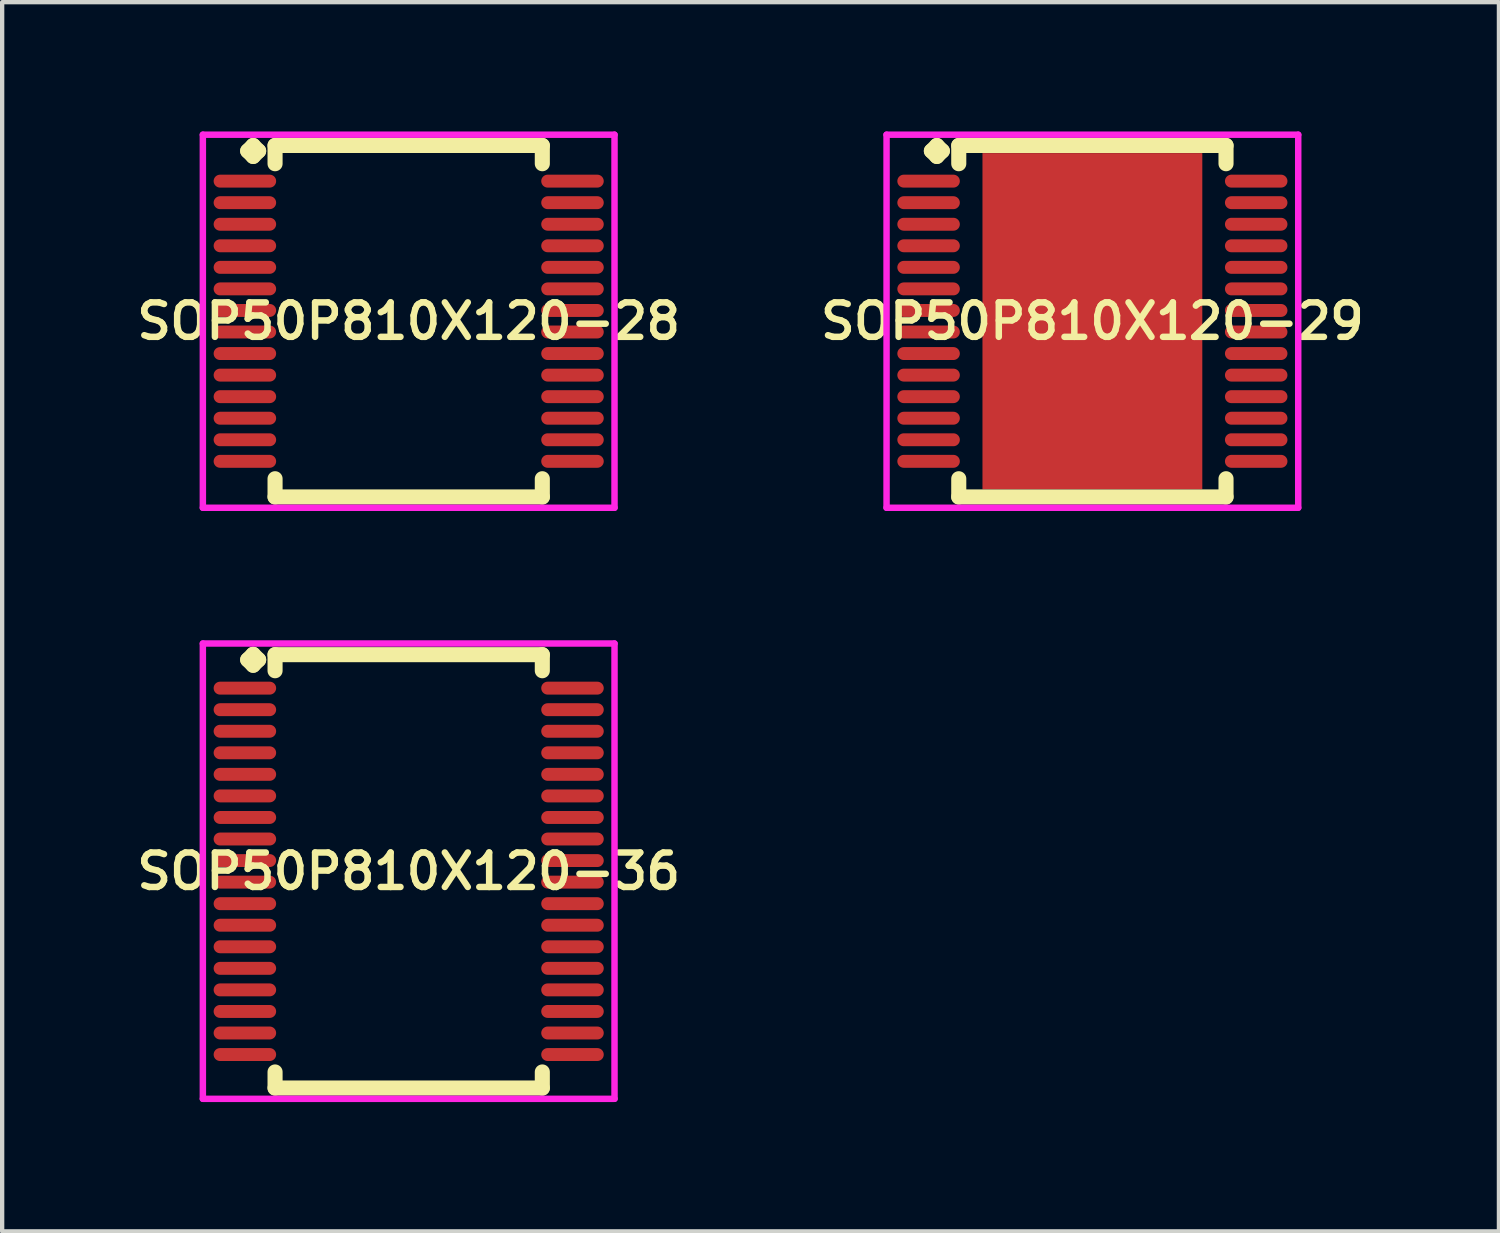
<source format=kicad_pcb>
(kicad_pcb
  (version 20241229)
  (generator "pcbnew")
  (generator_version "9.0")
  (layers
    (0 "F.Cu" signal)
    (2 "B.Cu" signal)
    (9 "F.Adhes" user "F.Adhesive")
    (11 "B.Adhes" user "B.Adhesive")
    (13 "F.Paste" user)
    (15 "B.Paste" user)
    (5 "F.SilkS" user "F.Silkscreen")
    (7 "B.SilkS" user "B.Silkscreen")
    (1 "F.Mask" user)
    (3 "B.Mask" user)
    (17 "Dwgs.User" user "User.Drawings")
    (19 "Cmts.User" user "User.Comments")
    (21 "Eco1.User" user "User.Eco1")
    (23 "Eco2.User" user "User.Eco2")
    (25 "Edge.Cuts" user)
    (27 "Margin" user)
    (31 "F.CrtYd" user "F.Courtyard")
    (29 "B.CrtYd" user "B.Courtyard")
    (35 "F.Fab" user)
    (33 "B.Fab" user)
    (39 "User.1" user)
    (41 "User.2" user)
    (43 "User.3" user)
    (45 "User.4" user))
  (footprint "SOP50P810X120-28"
    (layer "F.Cu")
    (at 6.431 4.402)
    (property "Reference" "SOP50P810X120-28" (at 0 0 0) (layer "F.SilkS") (effects (font (size 0.8 0.8) (thickness 0.15))))
    (attr through_hole)
    (fp_line (start -3.735 -3.95) (end -3.608 -4.077) (stroke (width 0.35) (type solid)) (layer "F.SilkS"))
    (fp_line (start -3.608 -4.077) (end -3.481 -3.95) (stroke (width 0.35) (type solid)) (layer "F.SilkS"))
    (fp_line (start -3.608 -3.823) (end -3.735 -3.95) (stroke (width 0.35) (type solid)) (layer "F.SilkS"))
    (fp_line (start -3.481 -3.95) (end -3.608 -3.823) (stroke (width 0.35) (type solid)) (layer "F.SilkS"))
    (fp_line (start -3.1 -4.077) (end 3.1 -4.077) (stroke (width 0.35) (type solid)) (layer "F.SilkS"))
    (fp_line (start -3.1 -3.654) (end -3.1 -4.077) (stroke (width 0.35) (type solid)) (layer "F.SilkS"))
    (fp_line (start -3.1 3.654) (end -3.1 4.077) (stroke (width 0.35) (type solid)) (layer "F.SilkS"))
    (fp_line (start -3.1 4.077) (end 3.1 4.077) (stroke (width 0.35) (type solid)) (layer "F.SilkS"))
    (fp_line (start 3.1 -4.077) (end 3.1 -3.654) (stroke (width 0.35) (type solid)) (layer "F.SilkS"))
    (fp_line (start 3.1 4.077) (end 3.1 3.654) (stroke (width 0.35) (type solid)) (layer "F.SilkS"))
    (fp_line (start -4.775 -4.327) (end 4.775 -4.327) (stroke (width 0.15) (type solid)) (layer "F.CrtYd"))
    (fp_line (start -4.775 4.327) (end -4.775 -4.327) (stroke (width 0.15) (type solid)) (layer "F.CrtYd"))
    (fp_line (start 4.775 -4.327) (end 4.775 4.327) (stroke (width 0.15) (type solid)) (layer "F.CrtYd"))
    (fp_line (start 4.775 4.327) (end -4.775 4.327) (stroke (width 0.15) (type solid)) (layer "F.CrtYd"))
    (pad "1" smd oval (at -3.8 -3.25) (size 1.45 0.3) (layers "F.Cu" "F.Mask" "F.Paste"))
    (pad "2" smd oval (at -3.8 -2.75) (size 1.45 0.3) (layers "F.Cu" "F.Mask" "F.Paste"))
    (pad "3" smd oval (at -3.8 -2.25) (size 1.45 0.3) (layers "F.Cu" "F.Mask" "F.Paste"))
    (pad "4" smd oval (at -3.8 -1.75) (size 1.45 0.3) (layers "F.Cu" "F.Mask" "F.Paste"))
    (pad "5" smd oval (at -3.8 -1.25) (size 1.45 0.3) (layers "F.Cu" "F.Mask" "F.Paste"))
    (pad "6" smd oval (at -3.8 -0.75) (size 1.45 0.3) (layers "F.Cu" "F.Mask" "F.Paste"))
    (pad "7" smd oval (at -3.8 -0.25) (size 1.45 0.3) (layers "F.Cu" "F.Mask" "F.Paste"))
    (pad "8" smd oval (at -3.8 0.25) (size 1.45 0.3) (layers "F.Cu" "F.Mask" "F.Paste"))
    (pad "9" smd oval (at -3.8 0.75) (size 1.45 0.3) (layers "F.Cu" "F.Mask" "F.Paste"))
    (pad "10" smd oval (at -3.8 1.25) (size 1.45 0.3) (layers "F.Cu" "F.Mask" "F.Paste"))
    (pad "11" smd oval (at -3.8 1.75) (size 1.45 0.3) (layers "F.Cu" "F.Mask" "F.Paste"))
    (pad "12" smd oval (at -3.8 2.25) (size 1.45 0.3) (layers "F.Cu" "F.Mask" "F.Paste"))
    (pad "13" smd oval (at -3.8 2.75) (size 1.45 0.3) (layers "F.Cu" "F.Mask" "F.Paste"))
    (pad "14" smd oval (at -3.8 3.25) (size 1.45 0.3) (layers "F.Cu" "F.Mask" "F.Paste"))
    (pad "15" smd oval (at 3.8 3.25) (size 1.45 0.3) (layers "F.Cu" "F.Mask" "F.Paste"))
    (pad "16" smd oval (at 3.8 2.75) (size 1.45 0.3) (layers "F.Cu" "F.Mask" "F.Paste"))
    (pad "17" smd oval (at 3.8 2.25) (size 1.45 0.3) (layers "F.Cu" "F.Mask" "F.Paste"))
    (pad "18" smd oval (at 3.8 1.75) (size 1.45 0.3) (layers "F.Cu" "F.Mask" "F.Paste"))
    (pad "19" smd oval (at 3.8 1.25) (size 1.45 0.3) (layers "F.Cu" "F.Mask" "F.Paste"))
    (pad "20" smd oval (at 3.8 0.75) (size 1.45 0.3) (layers "F.Cu" "F.Mask" "F.Paste"))
    (pad "21" smd oval (at 3.8 0.25) (size 1.45 0.3) (layers "F.Cu" "F.Mask" "F.Paste"))
    (pad "22" smd oval (at 3.8 -0.25) (size 1.45 0.3) (layers "F.Cu" "F.Mask" "F.Paste"))
    (pad "23" smd oval (at 3.8 -0.75) (size 1.45 0.3) (layers "F.Cu" "F.Mask" "F.Paste"))
    (pad "24" smd oval (at 3.8 -1.25) (size 1.45 0.3) (layers "F.Cu" "F.Mask" "F.Paste"))
    (pad "25" smd oval (at 3.8 -1.75) (size 1.45 0.3) (layers "F.Cu" "F.Mask" "F.Paste"))
    (pad "26" smd oval (at 3.8 -2.25) (size 1.45 0.3) (layers "F.Cu" "F.Mask" "F.Paste"))
    (pad "27" smd oval (at 3.8 -2.75) (size 1.45 0.3) (layers "F.Cu" "F.Mask" "F.Paste"))
    (pad "28" smd oval (at 3.8 -3.25) (size 1.45 0.3) (layers "F.Cu" "F.Mask" "F.Paste")))
  (footprint "SOP50P810X120-36"
    (layer "F.Cu")
    (at 6.431 17.164)
    (property "Reference" "SOP50P810X120-36" (at 0 0 0) (layer "F.SilkS") (effects (font (size 0.8 0.8) (thickness 0.15))))
    (attr through_hole)
    (fp_line (start -3.735 -4.908) (end -3.608 -5.035) (stroke (width 0.35) (type solid)) (layer "F.SilkS"))
    (fp_line (start -3.608 -5.035) (end -3.481 -4.908) (stroke (width 0.35) (type solid)) (layer "F.SilkS"))
    (fp_line (start -3.608 -4.781) (end -3.735 -4.908) (stroke (width 0.35) (type solid)) (layer "F.SilkS"))
    (fp_line (start -3.481 -4.908) (end -3.608 -4.781) (stroke (width 0.35) (type solid)) (layer "F.SilkS"))
    (fp_line (start -3.1 -5.027) (end 3.1 -5.027) (stroke (width 0.35) (type solid)) (layer "F.SilkS"))
    (fp_line (start -3.1 -4.654) (end -3.1 -5.027) (stroke (width 0.35) (type solid)) (layer "F.SilkS"))
    (fp_line (start -3.1 4.654) (end -3.1 5.027) (stroke (width 0.35) (type solid)) (layer "F.SilkS"))
    (fp_line (start -3.1 5.027) (end 3.1 5.027) (stroke (width 0.35) (type solid)) (layer "F.SilkS"))
    (fp_line (start 3.1 -5.027) (end 3.1 -4.654) (stroke (width 0.35) (type solid)) (layer "F.SilkS"))
    (fp_line (start 3.1 5.027) (end 3.1 4.654) (stroke (width 0.35) (type solid)) (layer "F.SilkS"))
    (fp_line (start -4.775 -5.285) (end 4.775 -5.285) (stroke (width 0.15) (type solid)) (layer "F.CrtYd"))
    (fp_line (start -4.775 5.277) (end -4.775 -5.285) (stroke (width 0.15) (type solid)) (layer "F.CrtYd"))
    (fp_line (start 4.775 -5.285) (end 4.775 5.277) (stroke (width 0.15) (type solid)) (layer "F.CrtYd"))
    (fp_line (start 4.775 5.277) (end -4.775 5.277) (stroke (width 0.15) (type solid)) (layer "F.CrtYd"))
    (pad "1" smd oval (at -3.8 -4.25) (size 1.45 0.3) (layers "F.Cu" "F.Mask" "F.Paste"))
    (pad "2" smd oval (at -3.8 -3.75) (size 1.45 0.3) (layers "F.Cu" "F.Mask" "F.Paste"))
    (pad "3" smd oval (at -3.8 -3.25) (size 1.45 0.3) (layers "F.Cu" "F.Mask" "F.Paste"))
    (pad "4" smd oval (at -3.8 -2.75) (size 1.45 0.3) (layers "F.Cu" "F.Mask" "F.Paste"))
    (pad "5" smd oval (at -3.8 -2.25) (size 1.45 0.3) (layers "F.Cu" "F.Mask" "F.Paste"))
    (pad "6" smd oval (at -3.8 -1.75) (size 1.45 0.3) (layers "F.Cu" "F.Mask" "F.Paste"))
    (pad "7" smd oval (at -3.8 -1.25) (size 1.45 0.3) (layers "F.Cu" "F.Mask" "F.Paste"))
    (pad "8" smd oval (at -3.8 -0.75) (size 1.45 0.3) (layers "F.Cu" "F.Mask" "F.Paste"))
    (pad "9" smd oval (at -3.8 -0.25) (size 1.45 0.3) (layers "F.Cu" "F.Mask" "F.Paste"))
    (pad "10" smd oval (at -3.8 0.25) (size 1.45 0.3) (layers "F.Cu" "F.Mask" "F.Paste"))
    (pad "11" smd oval (at -3.8 0.75) (size 1.45 0.3) (layers "F.Cu" "F.Mask" "F.Paste"))
    (pad "12" smd oval (at -3.8 1.25) (size 1.45 0.3) (layers "F.Cu" "F.Mask" "F.Paste"))
    (pad "13" smd oval (at -3.8 1.75) (size 1.45 0.3) (layers "F.Cu" "F.Mask" "F.Paste"))
    (pad "14" smd oval (at -3.8 2.25) (size 1.45 0.3) (layers "F.Cu" "F.Mask" "F.Paste"))
    (pad "15" smd oval (at -3.8 2.75) (size 1.45 0.3) (layers "F.Cu" "F.Mask" "F.Paste"))
    (pad "16" smd oval (at -3.8 3.25) (size 1.45 0.3) (layers "F.Cu" "F.Mask" "F.Paste"))
    (pad "17" smd oval (at -3.8 3.75) (size 1.45 0.3) (layers "F.Cu" "F.Mask" "F.Paste"))
    (pad "18" smd oval (at -3.8 4.25) (size 1.45 0.3) (layers "F.Cu" "F.Mask" "F.Paste"))
    (pad "19" smd oval (at 3.8 4.25) (size 1.45 0.3) (layers "F.Cu" "F.Mask" "F.Paste"))
    (pad "20" smd oval (at 3.8 3.75) (size 1.45 0.3) (layers "F.Cu" "F.Mask" "F.Paste"))
    (pad "21" smd oval (at 3.8 3.25) (size 1.45 0.3) (layers "F.Cu" "F.Mask" "F.Paste"))
    (pad "22" smd oval (at 3.8 2.75) (size 1.45 0.3) (layers "F.Cu" "F.Mask" "F.Paste"))
    (pad "23" smd oval (at 3.8 2.25) (size 1.45 0.3) (layers "F.Cu" "F.Mask" "F.Paste"))
    (pad "24" smd oval (at 3.8 1.75) (size 1.45 0.3) (layers "F.Cu" "F.Mask" "F.Paste"))
    (pad "25" smd oval (at 3.8 1.25) (size 1.45 0.3) (layers "F.Cu" "F.Mask" "F.Paste"))
    (pad "26" smd oval (at 3.8 0.75) (size 1.45 0.3) (layers "F.Cu" "F.Mask" "F.Paste"))
    (pad "27" smd oval (at 3.8 0.25) (size 1.45 0.3) (layers "F.Cu" "F.Mask" "F.Paste"))
    (pad "28" smd oval (at 3.8 -0.25) (size 1.45 0.3) (layers "F.Cu" "F.Mask" "F.Paste"))
    (pad "29" smd oval (at 3.8 -0.75) (size 1.45 0.3) (layers "F.Cu" "F.Mask" "F.Paste"))
    (pad "30" smd oval (at 3.8 -1.25) (size 1.45 0.3) (layers "F.Cu" "F.Mask" "F.Paste"))
    (pad "31" smd oval (at 3.8 -1.75) (size 1.45 0.3) (layers "F.Cu" "F.Mask" "F.Paste"))
    (pad "32" smd oval (at 3.8 -2.25) (size 1.45 0.3) (layers "F.Cu" "F.Mask" "F.Paste"))
    (pad "33" smd oval (at 3.8 -2.75) (size 1.45 0.3) (layers "F.Cu" "F.Mask" "F.Paste"))
    (pad "34" smd oval (at 3.8 -3.25) (size 1.45 0.3) (layers "F.Cu" "F.Mask" "F.Paste"))
    (pad "35" smd oval (at 3.8 -3.75) (size 1.45 0.3) (layers "F.Cu" "F.Mask" "F.Paste"))
    (pad "36" smd oval (at 3.8 -4.25) (size 1.45 0.3) (layers "F.Cu" "F.Mask" "F.Paste")))
  (footprint "SOP50P810X120-29"
    (layer "F.Cu")
    (at 22.292 4.402)
    (property "Reference" "SOP50P810X120-29" (at 0 0 0) (layer "F.SilkS") (effects (font (size 0.8 0.8) (thickness 0.15))))
    (attr smd)
    (fp_line (start -3.735 -3.95) (end -3.608 -4.077) (stroke (width 0.35) (type solid)) (layer "F.SilkS"))
    (fp_line (start -3.608 -4.077) (end -3.481 -3.95) (stroke (width 0.35) (type solid)) (layer "F.SilkS"))
    (fp_line (start -3.608 -3.823) (end -3.735 -3.95) (stroke (width 0.35) (type solid)) (layer "F.SilkS"))
    (fp_line (start -3.481 -3.95) (end -3.608 -3.823) (stroke (width 0.35) (type solid)) (layer "F.SilkS"))
    (fp_line (start -3.1 -4.077) (end 3.1 -4.077) (stroke (width 0.35) (type solid)) (layer "F.SilkS"))
    (fp_line (start -3.1 -3.654) (end -3.1 -4.077) (stroke (width 0.35) (type solid)) (layer "F.SilkS"))
    (fp_line (start -3.1 3.654) (end -3.1 4.077) (stroke (width 0.35) (type solid)) (layer "F.SilkS"))
    (fp_line (start -3.1 4.077) (end 3.1 4.077) (stroke (width 0.35) (type solid)) (layer "F.SilkS"))
    (fp_line (start 3.1 -4.077) (end 3.1 -3.654) (stroke (width 0.35) (type solid)) (layer "F.SilkS"))
    (fp_line (start 3.1 4.077) (end 3.1 3.654) (stroke (width 0.35) (type solid)) (layer "F.SilkS"))
    (fp_line (start -4.775 -4.327) (end 4.775 -4.327) (stroke (width 0.15) (type solid)) (layer "F.CrtYd"))
    (fp_line (start -4.775 4.327) (end -4.775 -4.327) (stroke (width 0.15) (type solid)) (layer "F.CrtYd"))
    (fp_line (start 4.775 -4.327) (end 4.775 4.327) (stroke (width 0.15) (type solid)) (layer "F.CrtYd"))
    (fp_line (start 4.775 4.327) (end -4.775 4.327) (stroke (width 0.15) (type solid)) (layer "F.CrtYd"))
    (pad "1" smd oval (at -3.8 -3.25) (size 1.45 0.3) (layers "F.Cu" "F.Mask" "F.Paste"))
    (pad "2" smd oval (at -3.8 -2.75) (size 1.45 0.3) (layers "F.Cu" "F.Mask" "F.Paste"))
    (pad "3" smd oval (at -3.8 -2.25) (size 1.45 0.3) (layers "F.Cu" "F.Mask" "F.Paste"))
    (pad "4" smd oval (at -3.8 -1.75) (size 1.45 0.3) (layers "F.Cu" "F.Mask" "F.Paste"))
    (pad "5" smd oval (at -3.8 -1.25) (size 1.45 0.3) (layers "F.Cu" "F.Mask" "F.Paste"))
    (pad "6" smd oval (at -3.8 -0.75) (size 1.45 0.3) (layers "F.Cu" "F.Mask" "F.Paste"))
    (pad "7" smd oval (at -3.8 -0.25) (size 1.45 0.3) (layers "F.Cu" "F.Mask" "F.Paste"))
    (pad "8" smd oval (at -3.8 0.25) (size 1.45 0.3) (layers "F.Cu" "F.Mask" "F.Paste"))
    (pad "9" smd oval (at -3.8 0.75) (size 1.45 0.3) (layers "F.Cu" "F.Mask" "F.Paste"))
    (pad "10" smd oval (at -3.8 1.25) (size 1.45 0.3) (layers "F.Cu" "F.Mask" "F.Paste"))
    (pad "11" smd oval (at -3.8 1.75) (size 1.45 0.3) (layers "F.Cu" "F.Mask" "F.Paste"))
    (pad "12" smd oval (at -3.8 2.25) (size 1.45 0.3) (layers "F.Cu" "F.Mask" "F.Paste"))
    (pad "13" smd oval (at -3.8 2.75) (size 1.45 0.3) (layers "F.Cu" "F.Mask" "F.Paste"))
    (pad "14" smd oval (at -3.8 3.25) (size 1.45 0.3) (layers "F.Cu" "F.Mask" "F.Paste"))
    (pad "15" smd oval (at 3.8 3.25) (size 1.45 0.3) (layers "F.Cu" "F.Mask" "F.Paste"))
    (pad "16" smd oval (at 3.8 2.75) (size 1.45 0.3) (layers "F.Cu" "F.Mask" "F.Paste"))
    (pad "17" smd oval (at 3.8 2.25) (size 1.45 0.3) (layers "F.Cu" "F.Mask" "F.Paste"))
    (pad "18" smd oval (at 3.8 1.75) (size 1.45 0.3) (layers "F.Cu" "F.Mask" "F.Paste"))
    (pad "19" smd oval (at 3.8 1.25) (size 1.45 0.3) (layers "F.Cu" "F.Mask" "F.Paste"))
    (pad "20" smd oval (at 3.8 0.75) (size 1.45 0.3) (layers "F.Cu" "F.Mask" "F.Paste"))
    (pad "21" smd oval (at 3.8 0.25) (size 1.45 0.3) (layers "F.Cu" "F.Mask" "F.Paste"))
    (pad "22" smd oval (at 3.8 -0.25) (size 1.45 0.3) (layers "F.Cu" "F.Mask" "F.Paste"))
    (pad "23" smd oval (at 3.8 -0.75) (size 1.45 0.3) (layers "F.Cu" "F.Mask" "F.Paste"))
    (pad "24" smd oval (at 3.8 -1.25) (size 1.45 0.3) (layers "F.Cu" "F.Mask" "F.Paste"))
    (pad "25" smd oval (at 3.8 -1.75) (size 1.45 0.3) (layers "F.Cu" "F.Mask" "F.Paste"))
    (pad "26" smd oval (at 3.8 -2.25) (size 1.45 0.3) (layers "F.Cu" "F.Mask" "F.Paste"))
    (pad "27" smd oval (at 3.8 -2.75) (size 1.45 0.3) (layers "F.Cu" "F.Mask" "F.Paste"))
    (pad "28" smd oval (at 3.8 -3.25) (size 1.45 0.3) (layers "F.Cu" "F.Mask" "F.Paste"))
    (pad "29" smd rect (at 0 0) (size 5.1 7.8) (layers "F.Cu" "F.Mask" "F.Paste")))
  (gr_rect
    (start -3 -3)
    (end 31.723 25.516)
    (stroke (width 0.1) (type default))
    (fill no)
    (layer "Edge.Cuts")))
</source>
